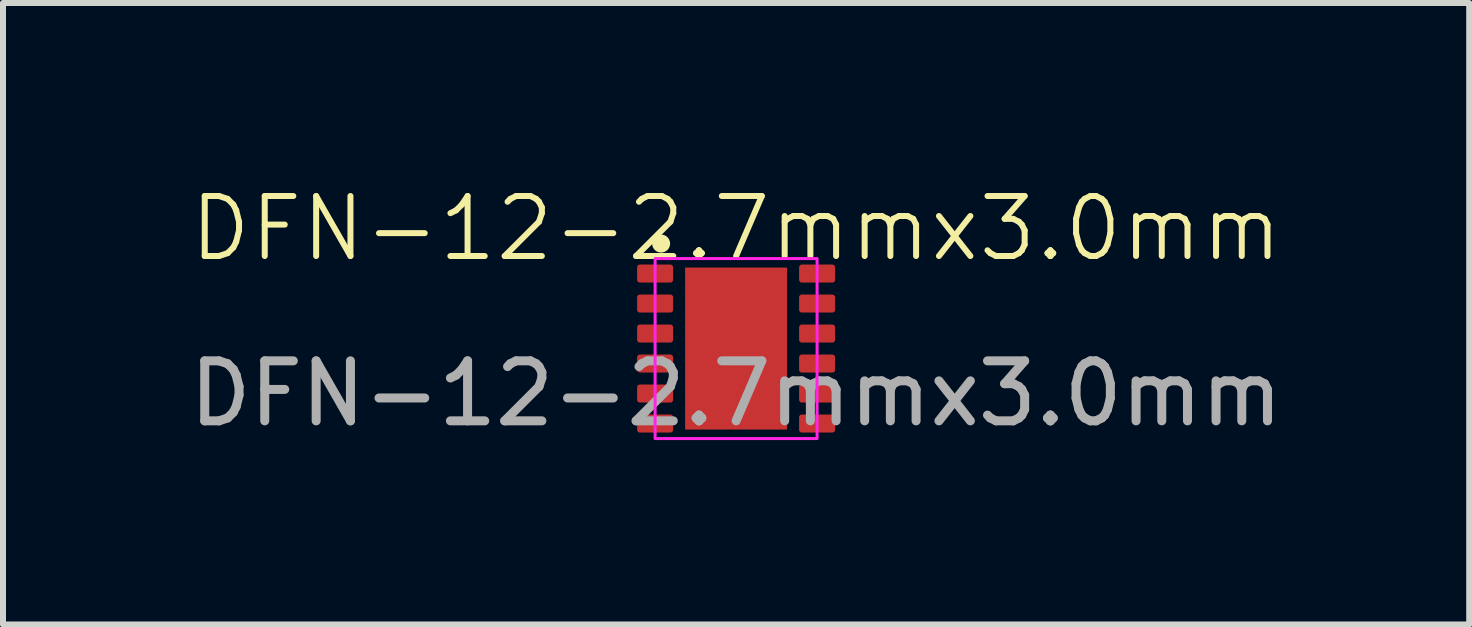
<source format=kicad_pcb>
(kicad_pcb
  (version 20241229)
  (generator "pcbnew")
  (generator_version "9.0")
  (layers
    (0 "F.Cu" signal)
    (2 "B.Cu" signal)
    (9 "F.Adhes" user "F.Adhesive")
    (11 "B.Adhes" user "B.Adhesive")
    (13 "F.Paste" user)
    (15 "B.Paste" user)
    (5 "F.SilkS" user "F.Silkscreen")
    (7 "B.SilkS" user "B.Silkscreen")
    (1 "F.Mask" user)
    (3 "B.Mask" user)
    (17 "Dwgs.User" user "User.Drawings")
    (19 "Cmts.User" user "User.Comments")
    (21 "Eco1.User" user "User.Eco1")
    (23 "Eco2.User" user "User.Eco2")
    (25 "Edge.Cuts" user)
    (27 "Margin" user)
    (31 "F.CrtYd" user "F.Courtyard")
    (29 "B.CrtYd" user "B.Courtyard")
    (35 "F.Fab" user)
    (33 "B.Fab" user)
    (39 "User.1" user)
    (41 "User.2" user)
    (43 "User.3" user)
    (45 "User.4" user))
  (footprint "DFN-12-2.7mmx3.0mm"
    (layer "F.Cu")
    (at 9.22 1.51)
    (property "Reference" "DFN-12-2.7mmx3.0mm" (at 0 -0.75 0) (unlocked yes) (layer "F.SilkS") (effects (font (size 1 1) (thickness 0.1))))
    (attr smd)
    (fp_circle (center -1.25 -0.5) (end -1.15 -0.5) (stroke (width 0.1) (type solid)) (fill yes) (layer "F.SilkS"))
    (fp_rect (start -1.35 -0.25) (end 1.35 2.75) (stroke (width 0.05) (type solid)) (fill no) (layer "F.CrtYd"))
    (fp_text user "${REFERENCE}" (at 0 2 0) (unlocked yes) (layer "F.Fab") (effects (font (size 1 1) (thickness 0.15))))
    (pad "1" smd roundrect (at -1.35 0) (size 0.6 0.3) (layers "F.Cu" "F.Mask" "F.Paste") (roundrect_rratio 0.15))
    (pad "2" smd roundrect (at -1.35 0.5) (size 0.6 0.3) (layers "F.Cu" "F.Mask" "F.Paste") (roundrect_rratio 0.15))
    (pad "3" smd roundrect (at -1.35 1) (size 0.6 0.3) (layers "F.Cu" "F.Mask" "F.Paste") (roundrect_rratio 0.15))
    (pad "4" smd roundrect (at -1.35 1.5) (size 0.6 0.3) (layers "F.Cu" "F.Mask" "F.Paste") (roundrect_rratio 0.15))
    (pad "5" smd roundrect (at -1.35 2) (size 0.6 0.3) (layers "F.Cu" "F.Mask" "F.Paste") (roundrect_rratio 0.15))
    (pad "6" smd roundrect (at -1.35 2.5) (size 0.6 0.3) (layers "F.Cu" "F.Mask" "F.Paste") (roundrect_rratio 0.15))
    (pad "7" smd roundrect (at 1.35 2.5) (size 0.6 0.3) (layers "F.Cu" "F.Mask" "F.Paste") (roundrect_rratio 0.15))
    (pad "8" smd roundrect (at 1.35 2) (size 0.6 0.3) (layers "F.Cu" "F.Mask" "F.Paste") (roundrect_rratio 0.15))
    (pad "9" smd roundrect (at 1.35 1.5) (size 0.6 0.3) (layers "F.Cu" "F.Mask" "F.Paste") (roundrect_rratio 0.15))
    (pad "10" smd roundrect (at 1.35 1) (size 0.6 0.3) (layers "F.Cu" "F.Mask" "F.Paste") (roundrect_rratio 0.15))
    (pad "11" smd roundrect (at 1.35 0.5) (size 0.6 0.3) (layers "F.Cu" "F.Mask" "F.Paste") (roundrect_rratio 0.15))
    (pad "12" smd roundrect (at 1.35 0) (size 0.6 0.3) (layers "F.Cu" "F.Mask" "F.Paste") (roundrect_rratio 0.15))
    (pad "13" smd rect (at 0 1.25) (size 1.7 2.7) (layers "F.Cu" "F.Mask" "F.Paste")))
  (gr_rect
    (start -3 -3)
    (end 21.44 7.359)
    (stroke (width 0.1) (type default))
    (fill no)
    (layer "Edge.Cuts")))
</source>
